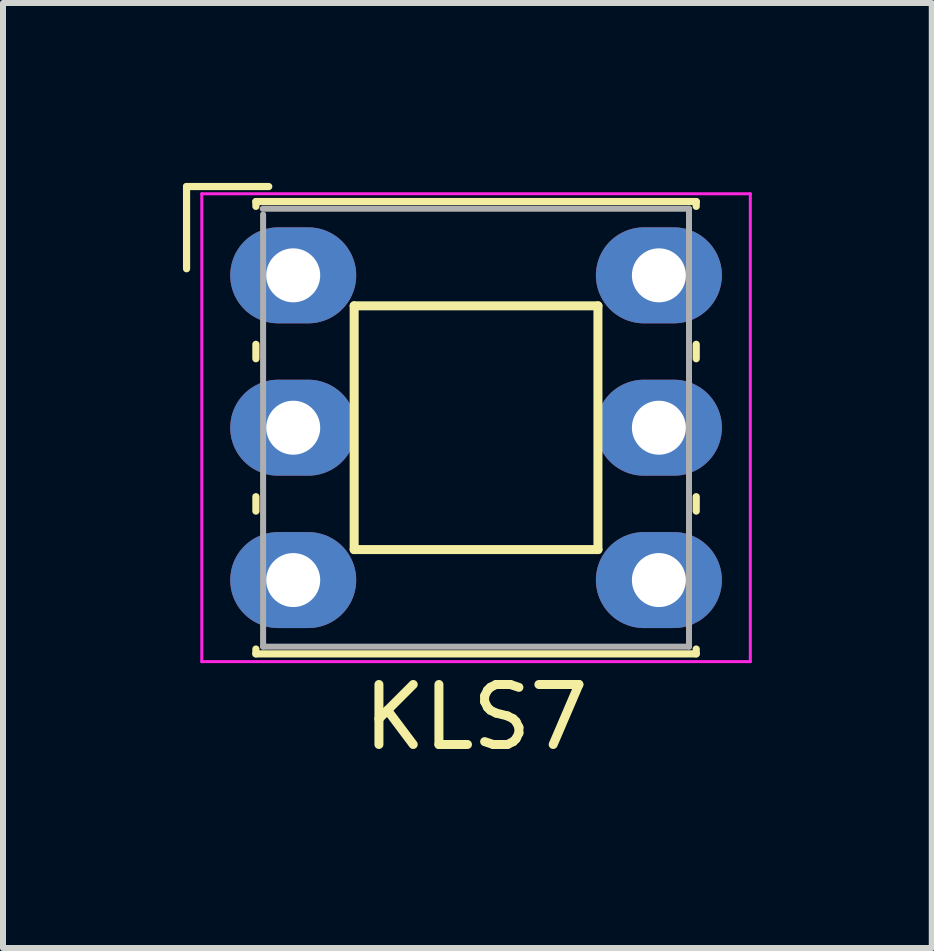
<source format=kicad_pcb>
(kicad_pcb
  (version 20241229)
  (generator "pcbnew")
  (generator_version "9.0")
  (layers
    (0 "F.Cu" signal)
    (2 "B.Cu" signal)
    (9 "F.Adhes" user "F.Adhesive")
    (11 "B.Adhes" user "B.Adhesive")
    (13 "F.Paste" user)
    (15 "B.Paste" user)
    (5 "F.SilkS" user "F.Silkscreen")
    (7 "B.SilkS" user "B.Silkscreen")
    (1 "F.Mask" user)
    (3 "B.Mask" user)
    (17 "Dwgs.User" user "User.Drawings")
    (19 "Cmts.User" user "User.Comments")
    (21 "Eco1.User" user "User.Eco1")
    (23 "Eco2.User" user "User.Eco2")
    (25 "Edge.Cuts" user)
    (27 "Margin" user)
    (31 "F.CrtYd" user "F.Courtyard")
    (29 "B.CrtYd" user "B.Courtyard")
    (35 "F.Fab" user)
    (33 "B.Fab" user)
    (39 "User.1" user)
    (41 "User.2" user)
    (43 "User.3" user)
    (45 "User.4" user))
  (footprint "KLS7"
    (layer "F.Cu")
    (at 4.886 4.08)
    (property "Reference" "KLS7" (at 0 4.826 0) (layer "F.SilkS") (effects (font (size 1 1) (thickness 0.15))))
    (attr through_hole)
    (fp_line (start -4.826 -4.02) (end -3.456 -4.02) (stroke (width 0.12) (type solid)) (layer "F.SilkS"))
    (fp_line (start -4.826 -2.65) (end -4.826 -4.02) (stroke (width 0.12) (type solid)) (layer "F.SilkS"))
    (fp_line (start -3.67 -3.77) (end 3.67 -3.77) (stroke (width 0.12) (type solid)) (layer "F.SilkS"))
    (fp_line (start -3.67 -3.69) (end -3.67 -3.77) (stroke (width 0.12) (type solid)) (layer "F.SilkS"))
    (fp_line (start -3.67 -1.39) (end -3.67 -1.15) (stroke (width 0.12) (type solid)) (layer "F.SilkS"))
    (fp_line (start -3.67 1.15) (end -3.67 1.39) (stroke (width 0.12) (type solid)) (layer "F.SilkS"))
    (fp_line (start -3.67 3.69) (end -3.67 3.77) (stroke (width 0.12) (type solid)) (layer "F.SilkS"))
    (fp_line (start -3.67 3.77) (end 3.67 3.77) (stroke (width 0.12) (type solid)) (layer "F.SilkS"))
    (fp_line (start -2.032 -2.032) (end -2.032 2.032) (stroke (width 0.15) (type solid)) (layer "F.SilkS"))
    (fp_line (start -2.032 2.032) (end 2.032 2.032) (stroke (width 0.15) (type solid)) (layer "F.SilkS"))
    (fp_line (start 2.032 -2.032) (end -2.032 -2.032) (stroke (width 0.15) (type solid)) (layer "F.SilkS"))
    (fp_line (start 2.032 2.032) (end 2.032 -2.032) (stroke (width 0.15) (type solid)) (layer "F.SilkS"))
    (fp_line (start 3.67 -3.77) (end 3.67 -3.69) (stroke (width 0.12) (type solid)) (layer "F.SilkS"))
    (fp_line (start 3.67 -1.39) (end 3.67 -1.15) (stroke (width 0.12) (type solid)) (layer "F.SilkS"))
    (fp_line (start 3.67 1.15) (end 3.67 1.39) (stroke (width 0.12) (type solid)) (layer "F.SilkS"))
    (fp_line (start 3.67 3.77) (end 3.67 3.69) (stroke (width 0.12) (type solid)) (layer "F.SilkS"))
    (fp_line (start -4.572 -3.9) (end -4.572 3.9) (stroke (width 0.05) (type solid)) (layer "F.CrtYd"))
    (fp_line (start -4.572 3.9) (end 4.572 3.9) (stroke (width 0.05) (type solid)) (layer "F.CrtYd"))
    (fp_line (start 4.572 -3.9) (end -4.572 -3.9) (stroke (width 0.05) (type solid)) (layer "F.CrtYd"))
    (fp_line (start 4.572 3.9) (end 4.572 -3.9) (stroke (width 0.05) (type solid)) (layer "F.CrtYd"))
    (fp_line (start -3.556 -3.65) (end 3.55 -3.65) (stroke (width 0.1) (type solid)) (layer "F.Fab"))
    (fp_line (start -3.55 3.65) (end -3.55 -3.556) (stroke (width 0.1) (type solid)) (layer "F.Fab"))
    (fp_line (start 3.55 -3.65) (end 3.55 3.65) (stroke (width 0.1) (type solid)) (layer "F.Fab"))
    (fp_line (start 3.55 3.65) (end -3.55 3.65) (stroke (width 0.1) (type solid)) (layer "F.Fab"))
    (pad "1" thru_hole oval (at -3.048 -2.54) (size 2.1 1.6) (drill 0.9) (layers "*.Cu" "*.Mask"))
    (pad "2" thru_hole oval (at -3.048 2.54) (size 2.1 1.6) (drill 0.9) (layers "*.Cu" "*.Mask"))
    (pad "3" thru_hole oval (at -3.048 0) (size 2.1 1.6) (drill 0.9) (layers "*.Cu" "*.Mask"))
    (pad "4" thru_hole oval (at 3.048 2.54) (size 2.1 1.6) (drill 0.9) (layers "*.Cu" "*.Mask"))
    (pad "5" thru_hole oval (at 3.048 -2.54) (size 2.1 1.6) (drill 0.9) (layers "*.Cu" "*.Mask"))
    (pad "6" thru_hole oval (at 3.048 0) (size 2.1 1.6) (drill 0.9) (layers "*.Cu" "*.Mask")))
  (gr_rect
    (start -3 -3)
    (end 12.483 12.754)
    (stroke (width 0.1) (type default))
    (fill no)
    (layer "Edge.Cuts")))
</source>
